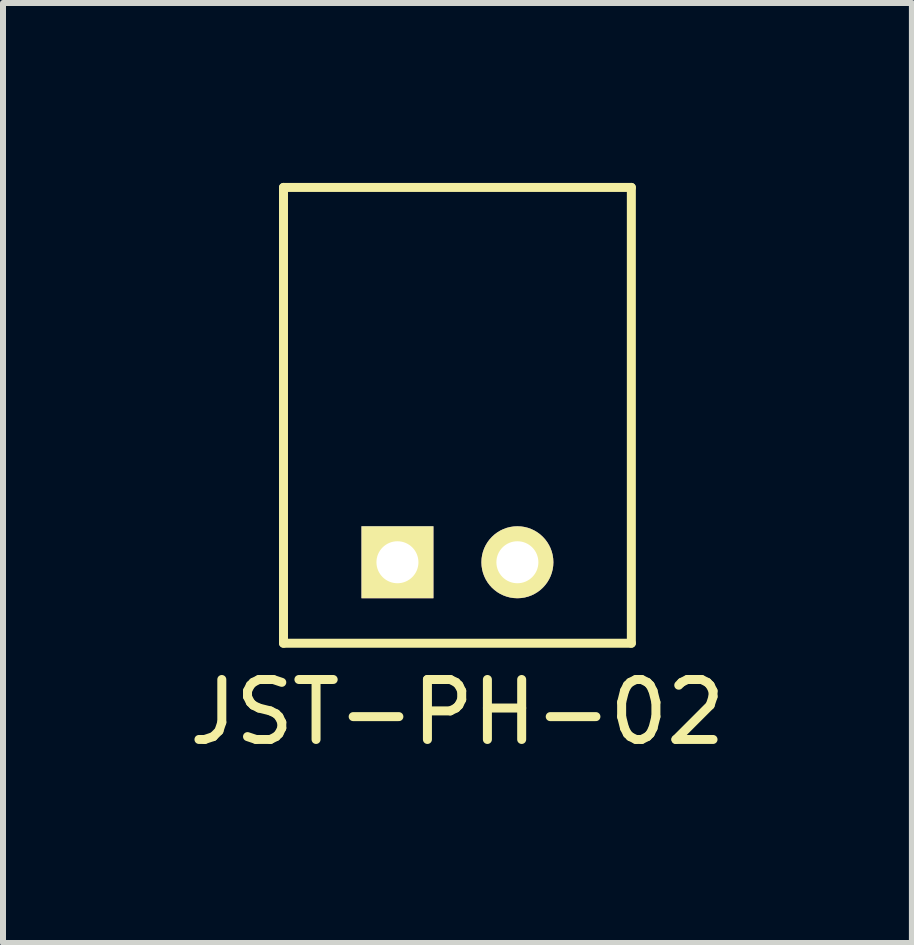
<source format=kicad_pcb>
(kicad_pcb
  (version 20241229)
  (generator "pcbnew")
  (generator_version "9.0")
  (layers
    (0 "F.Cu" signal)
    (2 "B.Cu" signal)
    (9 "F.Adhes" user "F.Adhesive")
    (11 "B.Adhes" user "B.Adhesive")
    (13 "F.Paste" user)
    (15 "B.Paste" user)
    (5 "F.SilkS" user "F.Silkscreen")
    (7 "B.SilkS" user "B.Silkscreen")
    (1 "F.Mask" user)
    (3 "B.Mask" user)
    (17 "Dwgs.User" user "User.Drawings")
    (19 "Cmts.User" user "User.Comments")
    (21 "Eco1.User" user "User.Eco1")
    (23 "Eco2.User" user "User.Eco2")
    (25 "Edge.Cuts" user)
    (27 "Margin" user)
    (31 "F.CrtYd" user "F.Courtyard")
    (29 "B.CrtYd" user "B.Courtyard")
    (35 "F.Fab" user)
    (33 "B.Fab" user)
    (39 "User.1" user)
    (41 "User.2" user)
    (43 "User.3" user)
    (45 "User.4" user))
  (footprint "JST-PH-02"
    (layer "F.Cu")
    (at 4.577 6.325)
    (property "Reference" "JST-PH-02" (at 0 2.5 0) (layer "F.SilkS") (effects (font (size 1 1) (thickness 0.15))))
    (attr through_hole)
    (fp_line (start -2.9 -6.25) (end -2.9 1.35) (stroke (width 0.15) (type solid)) (layer "F.SilkS"))
    (fp_line (start -2.9 -6.25) (end 2.9 -6.25) (stroke (width 0.15) (type solid)) (layer "F.SilkS"))
    (fp_line (start -2.9 1.35) (end 2.9 1.35) (stroke (width 0.15) (type solid)) (layer "F.SilkS"))
    (fp_line (start 2.9 -6.25) (end 2.9 1.35) (stroke (width 0.15) (type solid)) (layer "F.SilkS"))
    (pad "1" thru_hole rect (at -1 0) (size 1.2 1.2) (drill 0.7) (layers "*.Cu" "*.Mask" "F.SilkS"))
    (pad "2" thru_hole circle (at 1 0) (size 1.2 1.2) (drill 0.7) (layers "*.Cu" "*.Mask" "F.SilkS")))
  (gr_rect
    (start -3 -3)
    (end 12.155 12.673)
    (stroke (width 0.1) (type default))
    (fill no)
    (layer "Edge.Cuts")))
</source>
